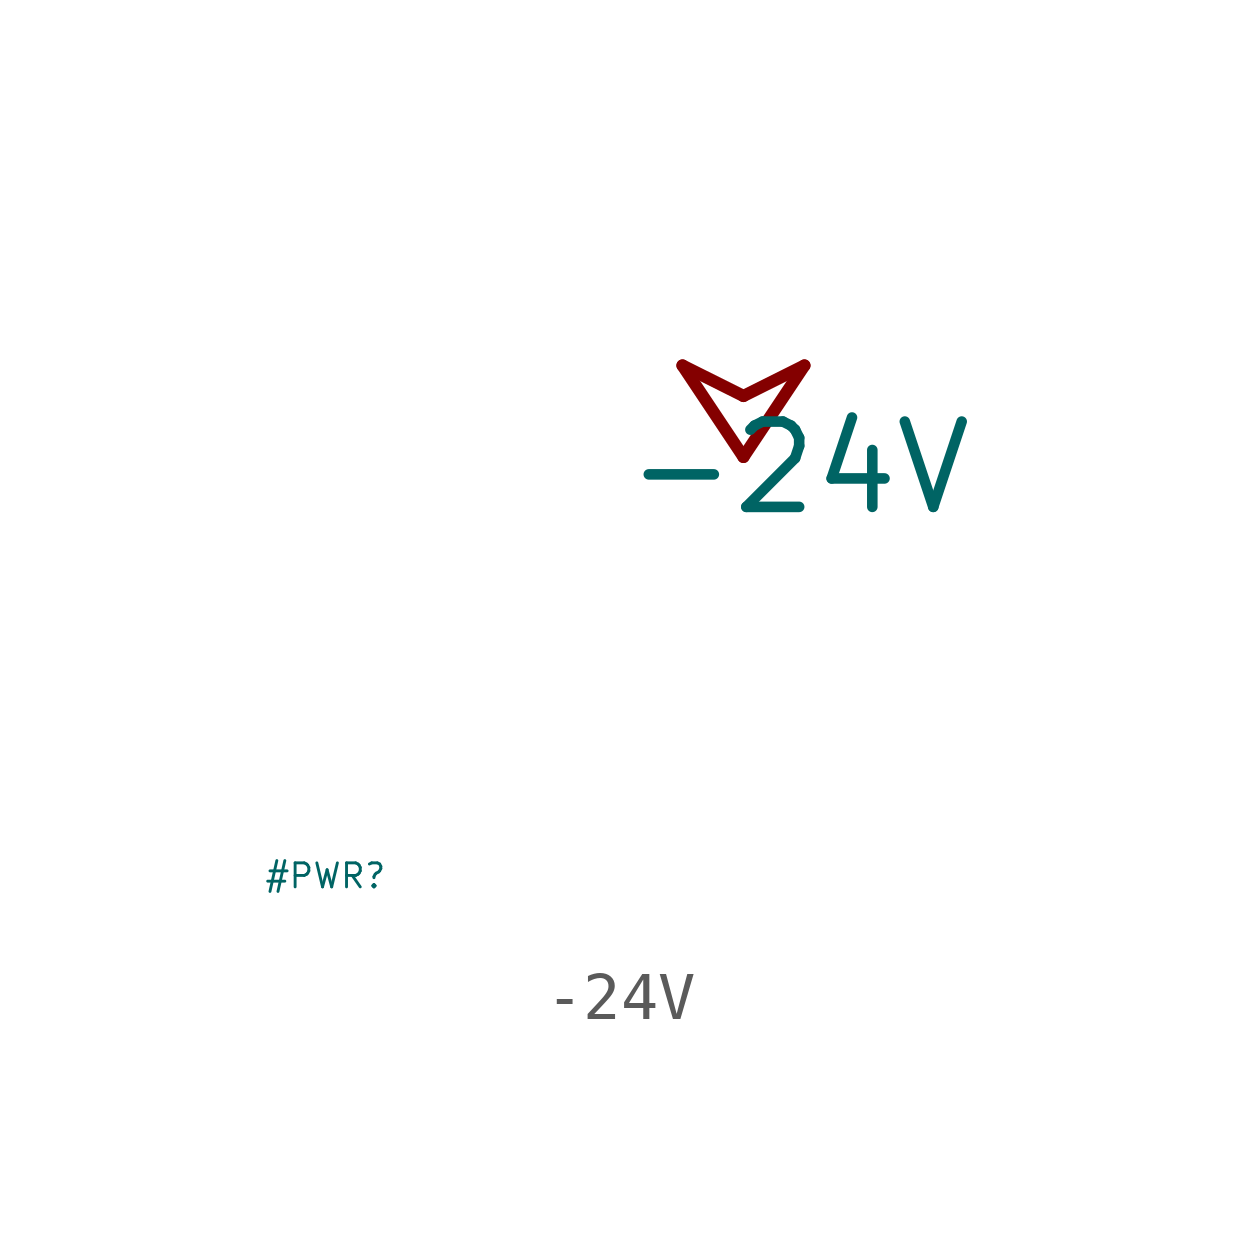
<source format=kicad_sym>
(kicad_symbol_lib
  (version 20220914)
  (generator Eagle2Kicad)
  (symbol "-24V"
    (power)
    (pin_names
      (offset 0))
    (property "Reference" "#PWR"
      (at -10 -10 0)
      (effects (font (size 0.5 0.5) (thickness 0.06)) (justify left)))
    (property "Value" "-24V"
      (at -2.54 -2.54 0)
      (effects (font (size 1.778 1.778) (thickness 0.22)) (justify left bottom)))
    (polyline
      (pts (xy -1.27 0.635) (xy 0 0))
      (stroke (width 0.254) (type default))
      (fill (type none)))
    (polyline
      (pts (xy 0 0) (xy 1.27 0.635))
      (stroke (width 0.254) (type default))
      (fill (type none)))
    (polyline
      (pts (xy -1.27 0.635) (xy 0 -1.27))
      (stroke (width 0.254) (type default))
      (fill (type none)))
    (polyline
      (pts (xy 0 -1.27) (xy 1.27 0.635))
      (stroke (width 0.254) (type default))
      (fill (type none)))
    (pin power_in line
      (at 0 2.54 270)
      (length 2.54) hide
      (name "-24V" (effects (font (size 0.635 0.635) (thickness 0.08)) (justify left bottom)))
      (number "1" (effects (font (size 0.635 0.635) (thickness 0.08)) (justify left bottom))))))
</source>
